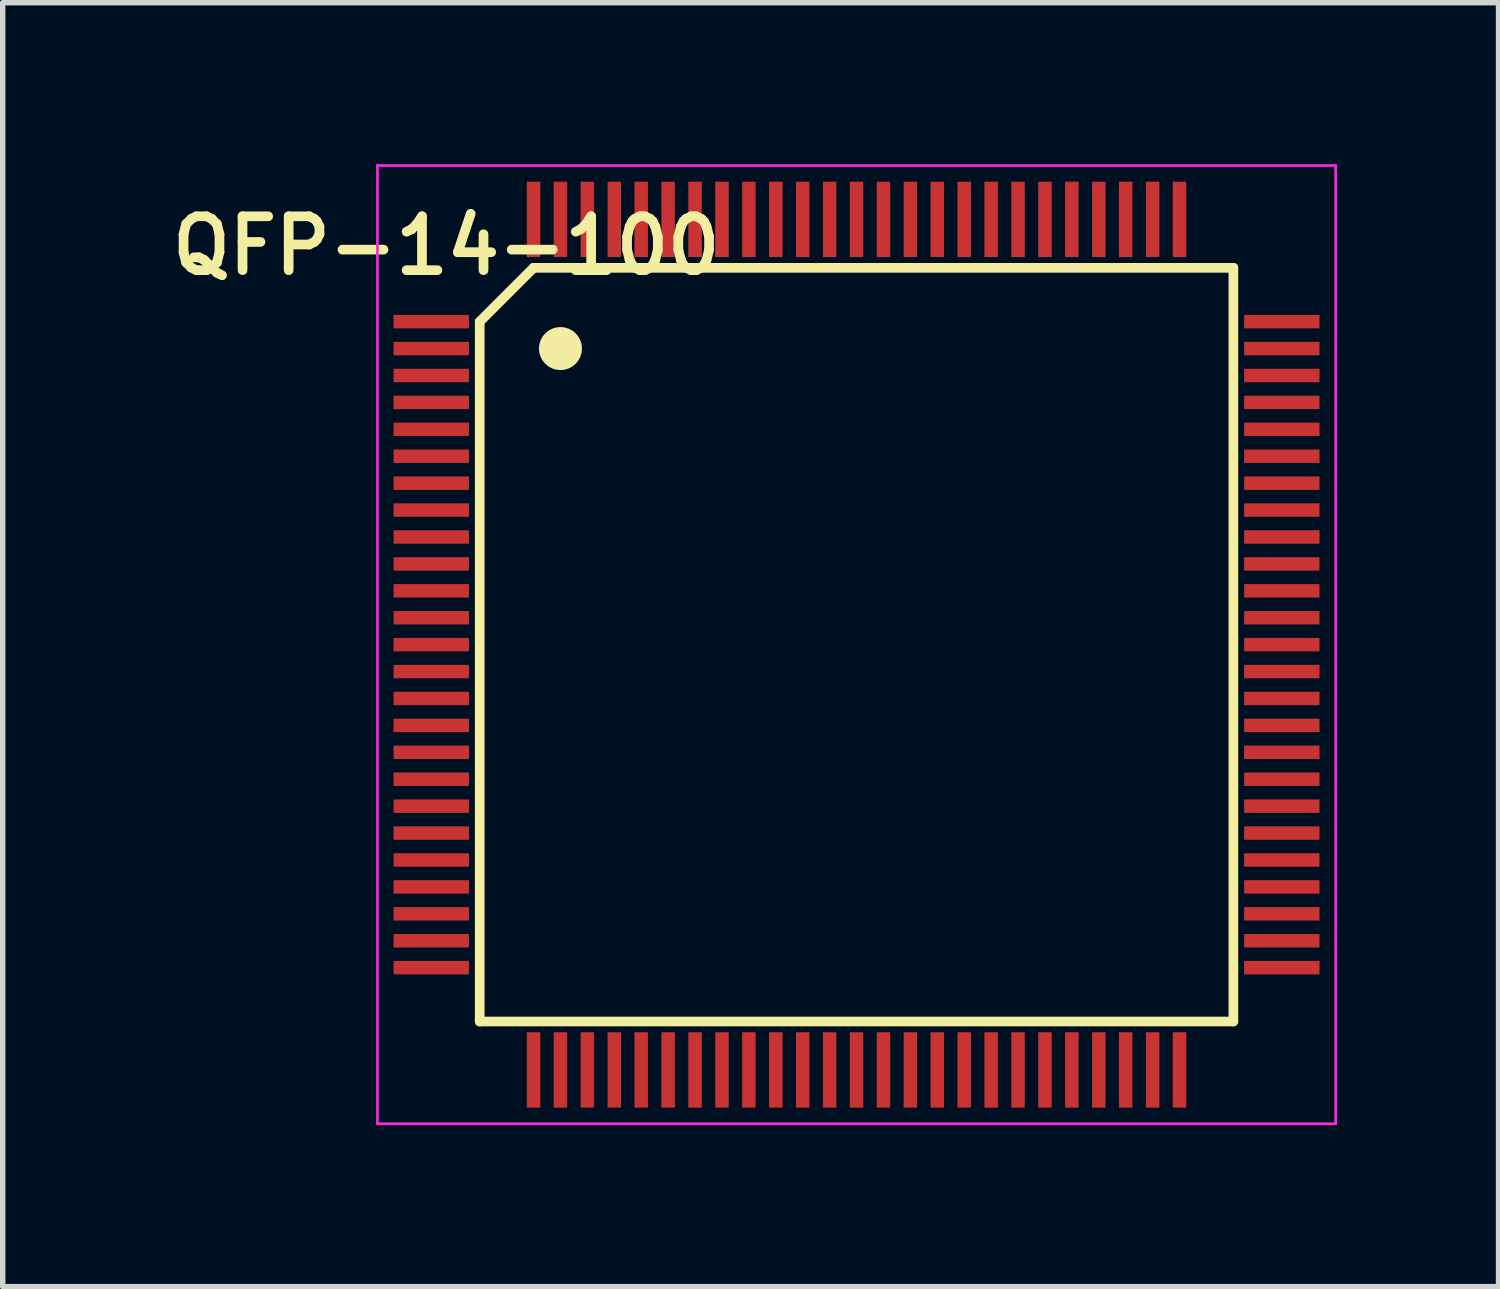
<source format=kicad_pcb>
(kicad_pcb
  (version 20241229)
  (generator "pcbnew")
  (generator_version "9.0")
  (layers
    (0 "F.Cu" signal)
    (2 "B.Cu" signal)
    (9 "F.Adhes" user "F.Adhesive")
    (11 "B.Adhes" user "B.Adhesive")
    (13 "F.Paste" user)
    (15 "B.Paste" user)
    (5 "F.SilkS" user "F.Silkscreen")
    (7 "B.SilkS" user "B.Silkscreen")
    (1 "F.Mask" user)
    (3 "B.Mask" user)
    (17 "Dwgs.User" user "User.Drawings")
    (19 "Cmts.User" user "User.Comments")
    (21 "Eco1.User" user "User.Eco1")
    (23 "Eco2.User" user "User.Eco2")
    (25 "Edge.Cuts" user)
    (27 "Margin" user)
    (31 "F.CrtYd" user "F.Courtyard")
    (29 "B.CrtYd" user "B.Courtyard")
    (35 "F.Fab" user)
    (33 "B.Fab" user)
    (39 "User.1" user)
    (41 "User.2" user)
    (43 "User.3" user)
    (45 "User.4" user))
  (footprint "QFP-14-100"
    (layer "F.Cu")
    (at 12.861 8.925)
    (property "Reference" "QFP-14-100" (at -7.62 -7.41 0) (layer "F.SilkS") (effects (font (size 1 1) (thickness 0.18))))
    (attr through_hole)
    (fp_line (start -7 7) (end -7 -6) (stroke (width 0.18) (type solid)) (layer "F.SilkS"))
    (fp_line (start -6 -7) (end -7 -6) (stroke (width 0.18) (type solid)) (layer "F.SilkS"))
    (fp_line (start -6 -7) (end 7 -7) (stroke (width 0.18) (type solid)) (layer "F.SilkS"))
    (fp_line (start 7 -7) (end 7 7) (stroke (width 0.18) (type solid)) (layer "F.SilkS"))
    (fp_line (start 7 7) (end -7 7) (stroke (width 0.18) (type solid)) (layer "F.SilkS"))
    (fp_circle (center -5.5 -5.5) (end -5.3 -5.5) (stroke (width 0.4) (type solid)) (fill no) (layer "F.SilkS"))
    (fp_line (start -8.9 -8.9) (end -8.9 8.9) (stroke (width 0.05) (type solid)) (layer "F.CrtYd"))
    (fp_line (start -8.9 8.9) (end 8.9 8.9) (stroke (width 0.05) (type solid)) (layer "F.CrtYd"))
    (fp_line (start 8.9 -8.9) (end -8.9 -8.9) (stroke (width 0.05) (type solid)) (layer "F.CrtYd"))
    (fp_line (start 8.9 8.9) (end 8.9 -8.9) (stroke (width 0.05) (type solid)) (layer "F.CrtYd"))
    (pad "1" smd rect (at -7.9 -6) (size 1.4 0.25) (layers "F.Cu" "F.Mask" "F.Paste"))
    (pad "2" smd rect (at -7.9 -5.5) (size 1.4 0.25) (layers "F.Cu" "F.Mask" "F.Paste"))
    (pad "3" smd rect (at -7.9 -5) (size 1.4 0.25) (layers "F.Cu" "F.Mask" "F.Paste"))
    (pad "4" smd rect (at -7.9 -4.5) (size 1.4 0.25) (layers "F.Cu" "F.Mask" "F.Paste"))
    (pad "5" smd rect (at -7.9 -4) (size 1.4 0.25) (layers "F.Cu" "F.Mask" "F.Paste"))
    (pad "6" smd rect (at -7.9 -3.5) (size 1.4 0.25) (layers "F.Cu" "F.Mask" "F.Paste"))
    (pad "7" smd rect (at -7.9 -3) (size 1.4 0.25) (layers "F.Cu" "F.Mask" "F.Paste"))
    (pad "8" smd rect (at -7.9 -2.5) (size 1.4 0.25) (layers "F.Cu" "F.Mask" "F.Paste"))
    (pad "9" smd rect (at -7.9 -2) (size 1.4 0.25) (layers "F.Cu" "F.Mask" "F.Paste"))
    (pad "10" smd rect (at -7.9 -1.5) (size 1.4 0.25) (layers "F.Cu" "F.Mask" "F.Paste"))
    (pad "11" smd rect (at -7.9 -1) (size 1.4 0.25) (layers "F.Cu" "F.Mask" "F.Paste"))
    (pad "12" smd rect (at -7.9 -0.5) (size 1.4 0.25) (layers "F.Cu" "F.Mask" "F.Paste"))
    (pad "13" smd rect (at -7.9 0) (size 1.4 0.25) (layers "F.Cu" "F.Mask" "F.Paste"))
    (pad "14" smd rect (at -7.9 0.5) (size 1.4 0.25) (layers "F.Cu" "F.Mask" "F.Paste"))
    (pad "15" smd rect (at -7.9 1) (size 1.4 0.25) (layers "F.Cu" "F.Mask" "F.Paste"))
    (pad "16" smd rect (at -7.9 1.5) (size 1.4 0.25) (layers "F.Cu" "F.Mask" "F.Paste"))
    (pad "17" smd rect (at -7.9 2) (size 1.4 0.25) (layers "F.Cu" "F.Mask" "F.Paste"))
    (pad "18" smd rect (at -7.9 2.5) (size 1.4 0.25) (layers "F.Cu" "F.Mask" "F.Paste"))
    (pad "19" smd rect (at -7.9 3) (size 1.4 0.25) (layers "F.Cu" "F.Mask" "F.Paste"))
    (pad "20" smd rect (at -7.9 3.5) (size 1.4 0.25) (layers "F.Cu" "F.Mask" "F.Paste"))
    (pad "21" smd rect (at -7.9 4) (size 1.4 0.25) (layers "F.Cu" "F.Mask" "F.Paste"))
    (pad "22" smd rect (at -7.9 4.5) (size 1.4 0.25) (layers "F.Cu" "F.Mask" "F.Paste"))
    (pad "23" smd rect (at -7.9 5) (size 1.4 0.25) (layers "F.Cu" "F.Mask" "F.Paste"))
    (pad "24" smd rect (at -7.9 5.5) (size 1.4 0.25) (layers "F.Cu" "F.Mask" "F.Paste"))
    (pad "25" smd rect (at -7.9 6) (size 1.4 0.25) (layers "F.Cu" "F.Mask" "F.Paste"))
    (pad "26" smd rect (at -6 7.9 90) (size 1.4 0.25) (layers "F.Cu" "F.Mask" "F.Paste"))
    (pad "27" smd rect (at -5.5 7.9 90) (size 1.4 0.25) (layers "F.Cu" "F.Mask" "F.Paste"))
    (pad "28" smd rect (at -5 7.9 90) (size 1.4 0.25) (layers "F.Cu" "F.Mask" "F.Paste"))
    (pad "29" smd rect (at -4.5 7.9 90) (size 1.4 0.25) (layers "F.Cu" "F.Mask" "F.Paste"))
    (pad "30" smd rect (at -4 7.9 90) (size 1.4 0.25) (layers "F.Cu" "F.Mask" "F.Paste"))
    (pad "31" smd rect (at -3.5 7.9 90) (size 1.4 0.25) (layers "F.Cu" "F.Mask" "F.Paste"))
    (pad "32" smd rect (at -3 7.9 90) (size 1.4 0.25) (layers "F.Cu" "F.Mask" "F.Paste"))
    (pad "33" smd rect (at -2.5 7.9 90) (size 1.4 0.25) (layers "F.Cu" "F.Mask" "F.Paste"))
    (pad "34" smd rect (at -2 7.9 90) (size 1.4 0.25) (layers "F.Cu" "F.Mask" "F.Paste"))
    (pad "35" smd rect (at -1.5 7.9 90) (size 1.4 0.25) (layers "F.Cu" "F.Mask" "F.Paste"))
    (pad "36" smd rect (at -1 7.9 90) (size 1.4 0.25) (layers "F.Cu" "F.Mask" "F.Paste"))
    (pad "37" smd rect (at -0.5 7.9 90) (size 1.4 0.25) (layers "F.Cu" "F.Mask" "F.Paste"))
    (pad "38" smd rect (at 0 7.9 90) (size 1.4 0.25) (layers "F.Cu" "F.Mask" "F.Paste"))
    (pad "39" smd rect (at 0.5 7.9 90) (size 1.4 0.25) (layers "F.Cu" "F.Mask" "F.Paste"))
    (pad "40" smd rect (at 1 7.9 90) (size 1.4 0.25) (layers "F.Cu" "F.Mask" "F.Paste"))
    (pad "41" smd rect (at 1.5 7.9 90) (size 1.4 0.25) (layers "F.Cu" "F.Mask" "F.Paste"))
    (pad "42" smd rect (at 2 7.9 90) (size 1.4 0.25) (layers "F.Cu" "F.Mask" "F.Paste"))
    (pad "43" smd rect (at 2.5 7.9 90) (size 1.4 0.25) (layers "F.Cu" "F.Mask" "F.Paste"))
    (pad "44" smd rect (at 3 7.9 90) (size 1.4 0.25) (layers "F.Cu" "F.Mask" "F.Paste"))
    (pad "45" smd rect (at 3.5 7.9 90) (size 1.4 0.25) (layers "F.Cu" "F.Mask" "F.Paste"))
    (pad "46" smd rect (at 4 7.9 90) (size 1.4 0.25) (layers "F.Cu" "F.Mask" "F.Paste"))
    (pad "47" smd rect (at 4.5 7.9 90) (size 1.4 0.25) (layers "F.Cu" "F.Mask" "F.Paste"))
    (pad "48" smd rect (at 5 7.9 90) (size 1.4 0.25) (layers "F.Cu" "F.Mask" "F.Paste"))
    (pad "49" smd rect (at 5.5 7.9 90) (size 1.4 0.25) (layers "F.Cu" "F.Mask" "F.Paste"))
    (pad "50" smd rect (at 6 7.9 90) (size 1.4 0.25) (layers "F.Cu" "F.Mask" "F.Paste"))
    (pad "51" smd rect (at 7.9 6) (size 1.4 0.25) (layers "F.Cu" "F.Mask" "F.Paste"))
    (pad "52" smd rect (at 7.9 5.5) (size 1.4 0.25) (layers "F.Cu" "F.Mask" "F.Paste"))
    (pad "53" smd rect (at 7.9 5) (size 1.4 0.25) (layers "F.Cu" "F.Mask" "F.Paste"))
    (pad "54" smd rect (at 7.9 4.5) (size 1.4 0.25) (layers "F.Cu" "F.Mask" "F.Paste"))
    (pad "55" smd rect (at 7.9 4) (size 1.4 0.25) (layers "F.Cu" "F.Mask" "F.Paste"))
    (pad "56" smd rect (at 7.9 3.5) (size 1.4 0.25) (layers "F.Cu" "F.Mask" "F.Paste"))
    (pad "57" smd rect (at 7.9 3) (size 1.4 0.25) (layers "F.Cu" "F.Mask" "F.Paste"))
    (pad "58" smd rect (at 7.9 2.5) (size 1.4 0.25) (layers "F.Cu" "F.Mask" "F.Paste"))
    (pad "59" smd rect (at 7.9 2) (size 1.4 0.25) (layers "F.Cu" "F.Mask" "F.Paste"))
    (pad "60" smd rect (at 7.9 1.5) (size 1.4 0.25) (layers "F.Cu" "F.Mask" "F.Paste"))
    (pad "61" smd rect (at 7.9 1) (size 1.4 0.25) (layers "F.Cu" "F.Mask" "F.Paste"))
    (pad "62" smd rect (at 7.9 0.5) (size 1.4 0.25) (layers "F.Cu" "F.Mask" "F.Paste"))
    (pad "63" smd rect (at 7.9 0) (size 1.4 0.25) (layers "F.Cu" "F.Mask" "F.Paste"))
    (pad "64" smd rect (at 7.9 -0.5) (size 1.4 0.25) (layers "F.Cu" "F.Mask" "F.Paste"))
    (pad "65" smd rect (at 7.9 -1) (size 1.4 0.25) (layers "F.Cu" "F.Mask" "F.Paste"))
    (pad "66" smd rect (at 7.9 -1.5) (size 1.4 0.25) (layers "F.Cu" "F.Mask" "F.Paste"))
    (pad "67" smd rect (at 7.9 -2) (size 1.4 0.25) (layers "F.Cu" "F.Mask" "F.Paste"))
    (pad "68" smd rect (at 7.9 -2.5) (size 1.4 0.25) (layers "F.Cu" "F.Mask" "F.Paste"))
    (pad "69" smd rect (at 7.9 -3) (size 1.4 0.25) (layers "F.Cu" "F.Mask" "F.Paste"))
    (pad "70" smd rect (at 7.9 -3.5) (size 1.4 0.25) (layers "F.Cu" "F.Mask" "F.Paste"))
    (pad "71" smd rect (at 7.9 -4) (size 1.4 0.25) (layers "F.Cu" "F.Mask" "F.Paste"))
    (pad "72" smd rect (at 7.9 -4.5) (size 1.4 0.25) (layers "F.Cu" "F.Mask" "F.Paste"))
    (pad "73" smd rect (at 7.9 -5) (size 1.4 0.25) (layers "F.Cu" "F.Mask" "F.Paste"))
    (pad "74" smd rect (at 7.9 -5.5) (size 1.4 0.25) (layers "F.Cu" "F.Mask" "F.Paste"))
    (pad "75" smd rect (at 7.9 -6) (size 1.4 0.25) (layers "F.Cu" "F.Mask" "F.Paste"))
    (pad "76" smd rect (at 6 -7.9 90) (size 1.4 0.25) (layers "F.Cu" "F.Mask" "F.Paste"))
    (pad "77" smd rect (at 5.5 -7.9 90) (size 1.4 0.25) (layers "F.Cu" "F.Mask" "F.Paste"))
    (pad "78" smd rect (at 5 -7.9 90) (size 1.4 0.25) (layers "F.Cu" "F.Mask" "F.Paste"))
    (pad "79" smd rect (at 4.5 -7.9 90) (size 1.4 0.25) (layers "F.Cu" "F.Mask" "F.Paste"))
    (pad "80" smd rect (at 4 -7.9 90) (size 1.4 0.25) (layers "F.Cu" "F.Mask" "F.Paste"))
    (pad "81" smd rect (at 3.5 -7.9 90) (size 1.4 0.25) (layers "F.Cu" "F.Mask" "F.Paste"))
    (pad "82" smd rect (at 3 -7.9 90) (size 1.4 0.25) (layers "F.Cu" "F.Mask" "F.Paste"))
    (pad "83" smd rect (at 2.5 -7.9 90) (size 1.4 0.25) (layers "F.Cu" "F.Mask" "F.Paste"))
    (pad "84" smd rect (at 2 -7.9 90) (size 1.4 0.25) (layers "F.Cu" "F.Mask" "F.Paste"))
    (pad "85" smd rect (at 1.5 -7.9 90) (size 1.4 0.25) (layers "F.Cu" "F.Mask" "F.Paste"))
    (pad "86" smd rect (at 1 -7.9 90) (size 1.4 0.25) (layers "F.Cu" "F.Mask" "F.Paste"))
    (pad "87" smd rect (at 0.5 -7.9 90) (size 1.4 0.25) (layers "F.Cu" "F.Mask" "F.Paste"))
    (pad "88" smd rect (at 0 -7.9 90) (size 1.4 0.25) (layers "F.Cu" "F.Mask" "F.Paste"))
    (pad "89" smd rect (at -0.5 -7.9 90) (size 1.4 0.25) (layers "F.Cu" "F.Mask" "F.Paste"))
    (pad "90" smd rect (at -1 -7.9 90) (size 1.4 0.25) (layers "F.Cu" "F.Mask" "F.Paste"))
    (pad "91" smd rect (at -1.5 -7.9 90) (size 1.4 0.25) (layers "F.Cu" "F.Mask" "F.Paste"))
    (pad "92" smd rect (at -2 -7.9 90) (size 1.4 0.25) (layers "F.Cu" "F.Mask" "F.Paste"))
    (pad "93" smd rect (at -2.5 -7.9 90) (size 1.4 0.25) (layers "F.Cu" "F.Mask" "F.Paste"))
    (pad "94" smd rect (at -3 -7.9 90) (size 1.4 0.25) (layers "F.Cu" "F.Mask" "F.Paste"))
    (pad "95" smd rect (at -3.5 -7.9 90) (size 1.4 0.25) (layers "F.Cu" "F.Mask" "F.Paste"))
    (pad "96" smd rect (at -4 -7.9 90) (size 1.4 0.25) (layers "F.Cu" "F.Mask" "F.Paste"))
    (pad "97" smd rect (at -4.5 -7.9 90) (size 1.4 0.25) (layers "F.Cu" "F.Mask" "F.Paste"))
    (pad "98" smd rect (at -5 -7.9 90) (size 1.4 0.25) (layers "F.Cu" "F.Mask" "F.Paste"))
    (pad "99" smd rect (at -5.5 -7.9 90) (size 1.4 0.25) (layers "F.Cu" "F.Mask" "F.Paste"))
    (pad "100" smd rect (at -6 -7.9 90) (size 1.4 0.25) (layers "F.Cu" "F.Mask" "F.Paste")))
  (gr_rect
    (start -3 -3)
    (end 24.786 20.85)
    (stroke (width 0.1) (type default))
    (fill no)
    (layer "Edge.Cuts")))
</source>
